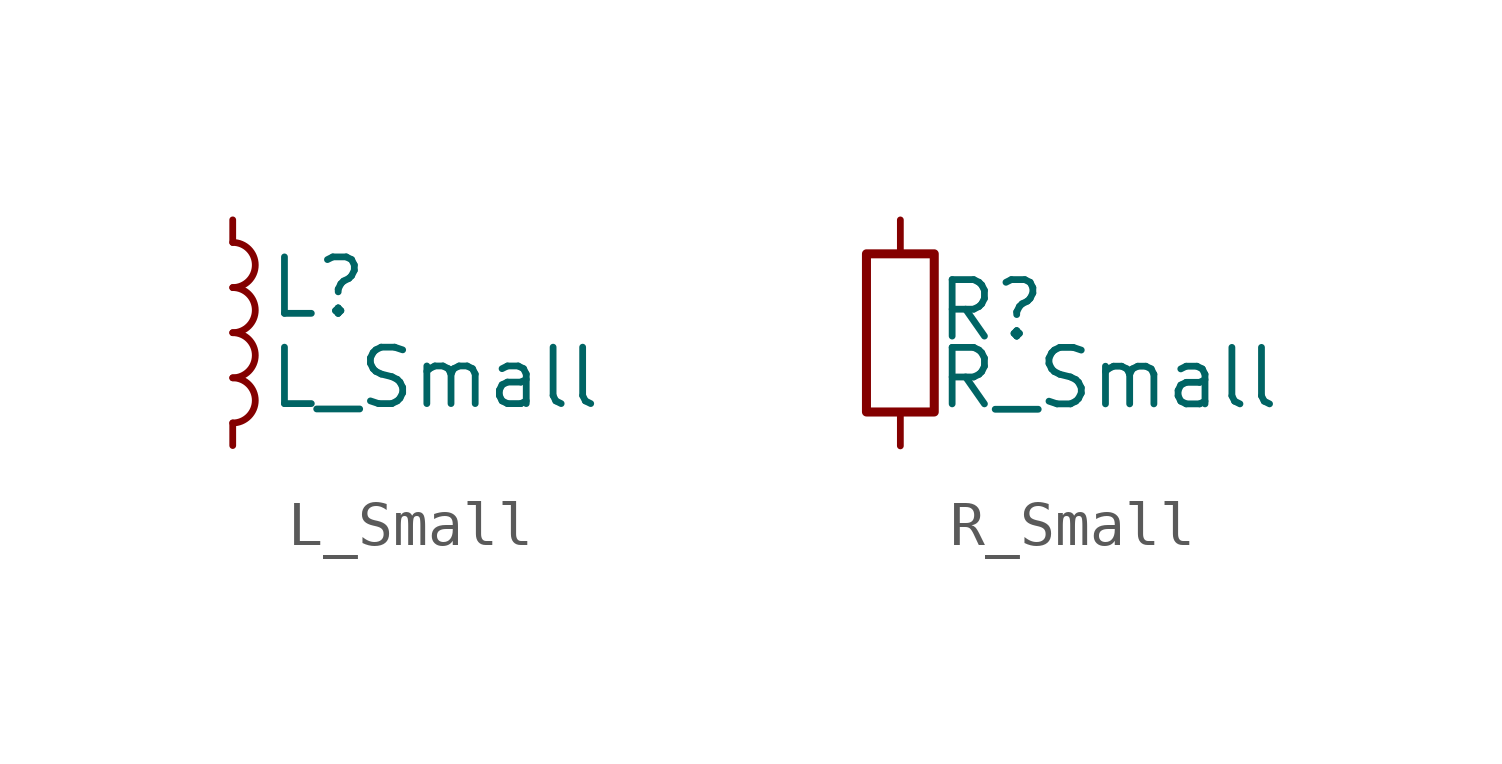
<source format=kicad_sym>
(kicad_symbol_lib
  (version 20201005)
  (generator kicad_symbol_editor)
  (symbol "Zimprich:L_Small"
    (pin_numbers hide)
    (pin_names
      (offset 0.254) hide)
    (property "Reference" "L"
      (at 0.762 1.016 0)
      (effects (font (size 1.27 1.27)) (justify left)))
    (property "Value" "L_Small"
      (at 0.762 -1.016 0)
      (effects (font (size 1.27 1.27)) (justify left)))
    (property "Footprint" ""
      (at 0 0 0)
      (effects (font (size 1.524 1.524))))
    (property "Datasheet" ""
      (at 0 0 0)
      (effects (font (size 1.524 1.524))))
    (symbol "L_Small_0_1"
      (arc (start 0 -2.032) (end 0 -1.016) (radius (at 0 -1.524) (length 0.508) (angles -89.9 89.9)) (stroke (width 0)) (fill (type none)))
      (arc (start 0 -1.016) (end 0 0) (radius (at 0 -0.508) (length 0.508) (angles -89.9 89.9)) (stroke (width 0)) (fill (type none)))
      (arc (start 0 0) (end 0 1.016) (radius (at 0 0.508) (length 0.508) (angles -89.9 89.9)) (stroke (width 0)) (fill (type none)))
      (arc (start 0 1.016) (end 0 2.032) (radius (at 0 1.524) (length 0.508) (angles -89.9 89.9)) (stroke (width 0)) (fill (type none))))
    (symbol "L_Small_1_1"
      (pin passive line (at 0 2.54 270) (length 0.508) (name "~" (effects (font (size 1.016 1.016)))) (number "1" (effects (font (size 1.016 1.016)))))
      (pin passive line (at 0 -2.54 90) (length 0.508) (name "~" (effects (font (size 1.016 1.016)))) (number "2" (effects (font (size 1.016 1.016)))))))
  (symbol "Zimprich:R_Small"
    (pin_numbers hide)
    (pin_names
      (offset 0.254) hide)
    (property "Reference" "R"
      (at 0.762 0.508 0)
      (effects (font (size 1.27 1.27)) (justify left)))
    (property "Value" "R_Small"
      (at 0.762 -1.016 0)
      (effects (font (size 1.27 1.27)) (justify left)))
    (property "Footprint" ""
      (at 0 0 0)
      (effects (font (size 1.524 1.524))))
    (property "Datasheet" ""
      (at 0 0 0)
      (effects (font (size 1.524 1.524))))
    (symbol "R_Small_0_1"
      (rectangle (start -0.762 1.778) (end 0.762 -1.778) (stroke (width 0.203)) (fill (type none))))
    (symbol "R_Small_1_1"
      (pin passive line (at 0 2.54 270) (length 0.762) (name "~" (effects (font (size 1.016 1.016)))) (number "1" (effects (font (size 1.016 1.016)))))
      (pin passive line (at 0 -2.54 90) (length 0.762) (name "~" (effects (font (size 1.016 1.016)))) (number "2" (effects (font (size 1.016 1.016))))))))
</source>
